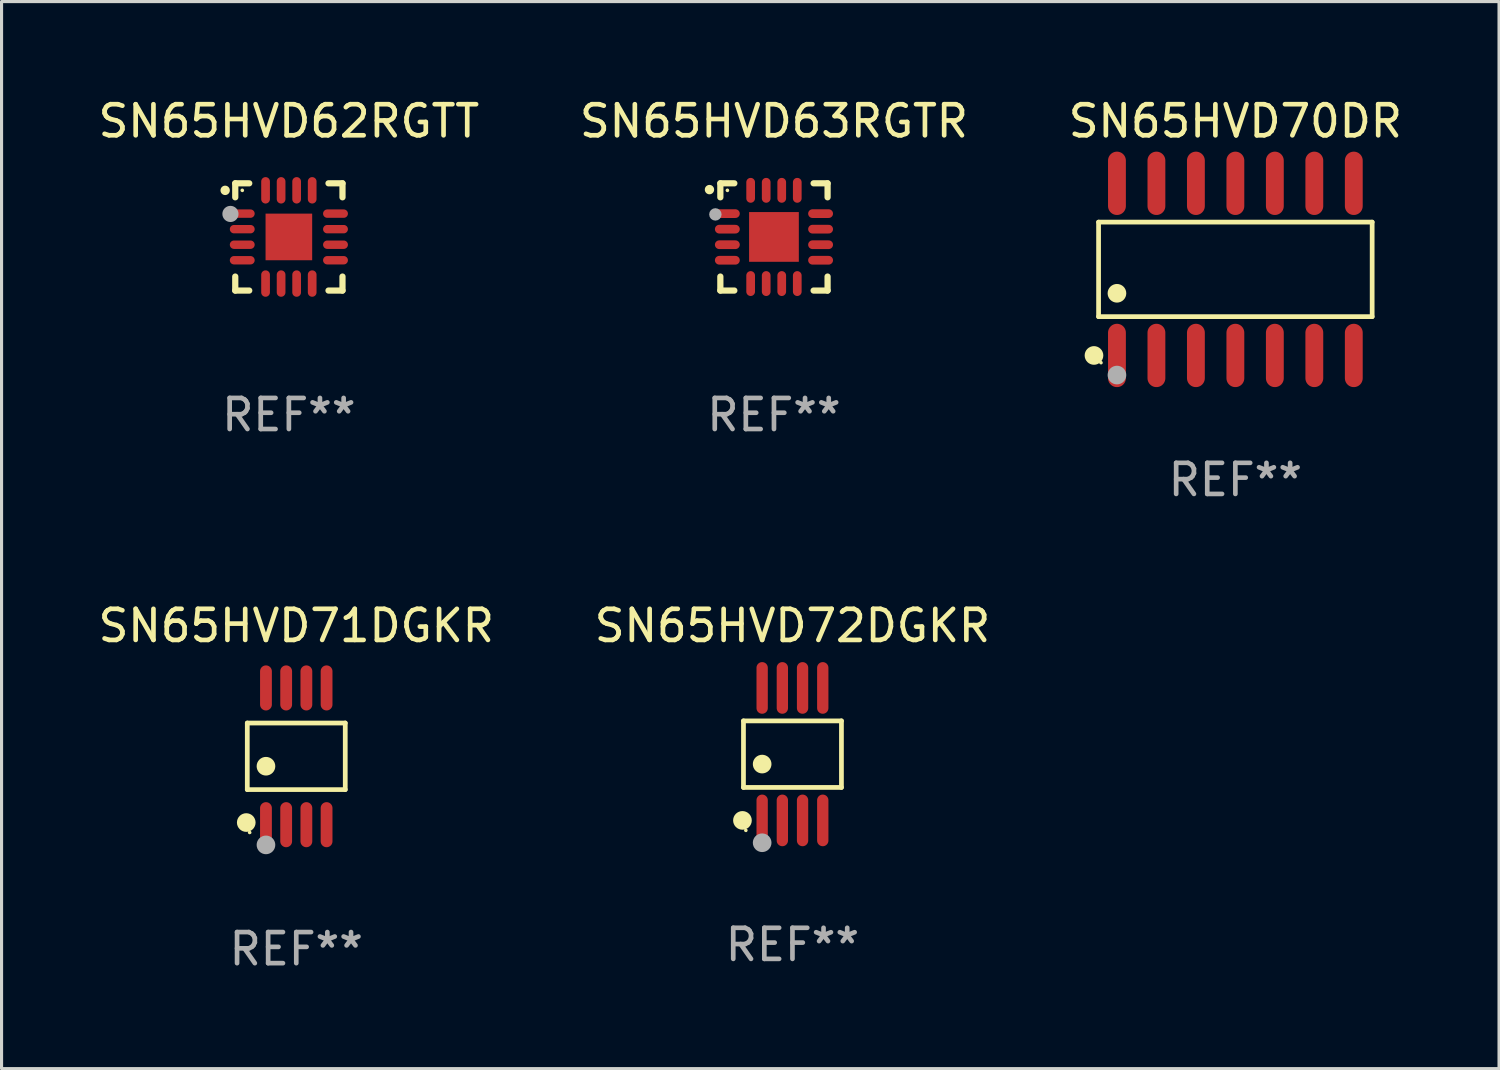
<source format=kicad_pcb>
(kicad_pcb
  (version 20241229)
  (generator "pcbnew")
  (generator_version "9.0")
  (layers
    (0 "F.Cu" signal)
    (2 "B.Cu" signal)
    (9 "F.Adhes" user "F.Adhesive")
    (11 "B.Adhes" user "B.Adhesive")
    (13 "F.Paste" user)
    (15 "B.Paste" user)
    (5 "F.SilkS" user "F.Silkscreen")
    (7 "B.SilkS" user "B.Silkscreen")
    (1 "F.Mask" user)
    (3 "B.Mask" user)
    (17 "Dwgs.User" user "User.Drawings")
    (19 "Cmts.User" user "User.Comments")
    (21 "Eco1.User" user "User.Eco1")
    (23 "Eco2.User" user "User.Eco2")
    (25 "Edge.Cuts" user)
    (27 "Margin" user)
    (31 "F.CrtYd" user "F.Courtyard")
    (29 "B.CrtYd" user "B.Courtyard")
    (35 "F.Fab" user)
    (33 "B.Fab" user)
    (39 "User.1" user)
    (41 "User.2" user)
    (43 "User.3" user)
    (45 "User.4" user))
  (footprint "SN65HVD63RGTR"
    (layer "F.Cu")
    (at 21.851 4.573)
    (property "Reference" "SN65HVD63RGTR" (at 0 -3.725 0) (layer "F.SilkS") (effects (font (size 1 1) (thickness 0.15))))
    (attr through_hole)
    (fp_line (start -1.725 -1.725) (end -1.275 -1.725) (stroke (width 0.2) (type solid)) (layer "F.SilkS"))
    (fp_line (start -1.725 -1.275) (end -1.725 -1.725) (stroke (width 0.2) (type solid)) (layer "F.SilkS"))
    (fp_line (start -1.725 1.725) (end -1.725 1.275) (stroke (width 0.2) (type solid)) (layer "F.SilkS"))
    (fp_line (start -1.275 1.725) (end -1.725 1.725) (stroke (width 0.2) (type solid)) (layer "F.SilkS"))
    (fp_line (start 1.275 -1.725) (end 1.725 -1.725) (stroke (width 0.2) (type solid)) (layer "F.SilkS"))
    (fp_line (start 1.275 1.725) (end 1.725 1.725) (stroke (width 0.2) (type solid)) (layer "F.SilkS"))
    (fp_line (start 1.725 -1.725) (end 1.725 -1.275) (stroke (width 0.2) (type solid)) (layer "F.SilkS"))
    (fp_line (start 1.725 1.725) (end 1.725 1.275) (stroke (width 0.2) (type solid)) (layer "F.SilkS"))
    (fp_arc (start -2.075184 -1.521463) (mid -2.075189 -1.522733) (end -2.075184 -1.524003) (stroke (width 0.3) (type solid)) (layer "F.SilkS"))
    (fp_circle (center -1.499 -1.5) (end -1.469 -1.5) (stroke (width 0.06) (type solid)) (fill no) (layer "F.SilkS"))
    (fp_circle (center -1.885 -0.725) (end -1.785 -0.725) (stroke (width 0.2) (type solid)) (fill no) (layer "F.Fab"))
    (fp_text user "REF**" (at 0 5.725 0) (layer "F.Fab") (effects (font (size 1 1) (thickness 0.15))))
    (pad "1" smd oval (at -1.5 -0.75 90) (size 0.28 0.8) (layers "F.Cu" "F.Mask" "F.Paste"))
    (pad "2" smd oval (at -1.5 -0.25 90) (size 0.28 0.8) (layers "F.Cu" "F.Mask" "F.Paste"))
    (pad "3" smd oval (at -1.5 0.25 90) (size 0.28 0.8) (layers "F.Cu" "F.Mask" "F.Paste"))
    (pad "4" smd oval (at -1.5 0.75 90) (size 0.28 0.8) (layers "F.Cu" "F.Mask" "F.Paste"))
    (pad "5" smd oval (at -0.75 1.5) (size 0.28 0.8) (layers "F.Cu" "F.Mask" "F.Paste"))
    (pad "6" smd oval (at -0.25 1.5) (size 0.28 0.8) (layers "F.Cu" "F.Mask" "F.Paste"))
    (pad "7" smd oval (at 0.25 1.5) (size 0.28 0.8) (layers "F.Cu" "F.Mask" "F.Paste"))
    (pad "8" smd oval (at 0.75 1.5) (size 0.28 0.8) (layers "F.Cu" "F.Mask" "F.Paste"))
    (pad "9" smd oval (at 1.5 0.75 90) (size 0.28 0.8) (layers "F.Cu" "F.Mask" "F.Paste"))
    (pad "10" smd oval (at 1.5 0.25 90) (size 0.28 0.8) (layers "F.Cu" "F.Mask" "F.Paste"))
    (pad "11" smd oval (at 1.5 -0.25 90) (size 0.28 0.8) (layers "F.Cu" "F.Mask" "F.Paste"))
    (pad "12" smd oval (at 1.5 -0.75 90) (size 0.28 0.8) (layers "F.Cu" "F.Mask" "F.Paste"))
    (pad "13" smd oval (at 0.75 -1.5) (size 0.28 0.8) (layers "F.Cu" "F.Mask" "F.Paste"))
    (pad "14" smd oval (at 0.25 -1.5) (size 0.28 0.8) (layers "F.Cu" "F.Mask" "F.Paste"))
    (pad "15" smd oval (at -0.25 -1.5) (size 0.28 0.8) (layers "F.Cu" "F.Mask" "F.Paste"))
    (pad "16" smd oval (at -0.75 -1.5) (size 0.28 0.8) (layers "F.Cu" "F.Mask" "F.Paste"))
    (pad "17" smd rect (at 0 -0.000051) (size 1.6 1.6) (layers "F.Cu" "F.Mask" "F.Paste")))
  (footprint "SN65HVD70DR"
    (layer "F.Cu")
    (at 36.696 5.617)
    (property "Reference" "SN65HVD70DR" (at 0 -4.769 0) (layer "F.SilkS") (effects (font (size 1 1) (thickness 0.15))))
    (attr through_hole)
    (fp_line (start -4.401 -1.521) (end 4.401 -1.521) (stroke (width 0.152) (type solid)) (layer "F.SilkS"))
    (fp_line (start -4.401 1.521) (end -4.401 -1.521) (stroke (width 0.152) (type solid)) (layer "F.SilkS"))
    (fp_line (start 4.401 -1.521) (end 4.401 1.521) (stroke (width 0.152) (type solid)) (layer "F.SilkS"))
    (fp_line (start 4.401 1.521) (end -4.401 1.521) (stroke (width 0.152) (type solid)) (layer "F.SilkS"))
    (fp_circle (center -4.549 2.769) (end -4.399 2.769) (stroke (width 0.3) (type solid)) (fill no) (layer "F.SilkS"))
    (fp_circle (center -4.325 3) (end -4.295 3) (stroke (width 0.06) (type solid)) (fill no) (layer "F.SilkS"))
    (fp_circle (center -3.81 0.769) (end -3.66 0.769) (stroke (width 0.3) (type solid)) (fill no) (layer "F.SilkS"))
    (fp_circle (center -3.81 3.4) (end -3.66 3.4) (stroke (width 0.3) (type solid)) (fill no) (layer "F.Fab"))
    (fp_text user "REF**" (at 0 6.769 0) (layer "F.Fab") (effects (font (size 1 1) (thickness 0.15))))
    (pad "1" smd oval (at -3.81 2.769) (size 0.574 2.038) (layers "F.Cu" "F.Mask" "F.Paste"))
    (pad "2" smd oval (at -2.54 2.769) (size 0.574 2.038) (layers "F.Cu" "F.Mask" "F.Paste"))
    (pad "3" smd oval (at -1.27 2.769) (size 0.574 2.038) (layers "F.Cu" "F.Mask" "F.Paste"))
    (pad "4" smd oval (at 0 2.769) (size 0.574 2.038) (layers "F.Cu" "F.Mask" "F.Paste"))
    (pad "5" smd oval (at 1.27 2.769) (size 0.574 2.038) (layers "F.Cu" "F.Mask" "F.Paste"))
    (pad "6" smd oval (at 2.54 2.769) (size 0.574 2.038) (layers "F.Cu" "F.Mask" "F.Paste"))
    (pad "7" smd oval (at 3.81 2.769) (size 0.574 2.038) (layers "F.Cu" "F.Mask" "F.Paste"))
    (pad "8" smd oval (at 3.81 -2.769) (size 0.574 2.038) (layers "F.Cu" "F.Mask" "F.Paste"))
    (pad "9" smd oval (at 2.54 -2.769) (size 0.574 2.038) (layers "F.Cu" "F.Mask" "F.Paste"))
    (pad "10" smd oval (at 1.27 -2.769) (size 0.574 2.038) (layers "F.Cu" "F.Mask" "F.Paste"))
    (pad "11" smd oval (at 0 -2.769) (size 0.574 2.038) (layers "F.Cu" "F.Mask" "F.Paste"))
    (pad "12" smd oval (at -1.27 -2.769) (size 0.574 2.038) (layers "F.Cu" "F.Mask" "F.Paste"))
    (pad "13" smd oval (at -2.54 -2.769) (size 0.574 2.038) (layers "F.Cu" "F.Mask" "F.Paste"))
    (pad "14" smd oval (at -3.81 -2.769) (size 0.574 2.038) (layers "F.Cu" "F.Mask" "F.Paste")))
  (footprint "SN65HVD72DGKR"
    (layer "F.Cu")
    (at 22.446 21.214)
    (property "Reference" "SN65HVD72DGKR" (at 0 -4.131 0) (layer "F.SilkS") (effects (font (size 1 1) (thickness 0.15))))
    (attr through_hole)
    (fp_line (start -1.576 -1.071) (end 1.576 -1.071) (stroke (width 0.152) (type solid)) (layer "F.SilkS"))
    (fp_line (start -1.576 1.071) (end -1.576 -1.071) (stroke (width 0.152) (type solid)) (layer "F.SilkS"))
    (fp_line (start 1.576 -1.071) (end 1.576 1.071) (stroke (width 0.152) (type solid)) (layer "F.SilkS"))
    (fp_line (start 1.576 1.071) (end -1.576 1.071) (stroke (width 0.152) (type solid)) (layer "F.SilkS"))
    (fp_circle (center -1.609 2.131) (end -1.459 2.131) (stroke (width 0.3) (type solid)) (fill no) (layer "F.SilkS"))
    (fp_circle (center -1.5 2.45) (end -1.47 2.45) (stroke (width 0.06) (type solid)) (fill no) (layer "F.SilkS"))
    (fp_circle (center -0.975 0.319) (end -0.825 0.319) (stroke (width 0.3) (type solid)) (fill no) (layer "F.SilkS"))
    (fp_circle (center -0.975 2.85) (end -0.825 2.85) (stroke (width 0.3) (type solid)) (fill no) (layer "F.Fab"))
    (fp_text user "REF**" (at 0 6.131 0) (layer "F.Fab") (effects (font (size 1 1) (thickness 0.15))))
    (pad "1" smd oval (at -0.975 2.131) (size 0.364 1.662) (layers "F.Cu" "F.Mask" "F.Paste"))
    (pad "2" smd oval (at -0.325 2.131) (size 0.364 1.662) (layers "F.Cu" "F.Mask" "F.Paste"))
    (pad "3" smd oval (at 0.325 2.131) (size 0.364 1.662) (layers "F.Cu" "F.Mask" "F.Paste"))
    (pad "4" smd oval (at 0.975 2.131) (size 0.364 1.662) (layers "F.Cu" "F.Mask" "F.Paste"))
    (pad "5" smd oval (at 0.975 -2.131) (size 0.364 1.662) (layers "F.Cu" "F.Mask" "F.Paste"))
    (pad "6" smd oval (at 0.325 -2.131) (size 0.364 1.662) (layers "F.Cu" "F.Mask" "F.Paste"))
    (pad "7" smd oval (at -0.325 -2.131) (size 0.364 1.662) (layers "F.Cu" "F.Mask" "F.Paste"))
    (pad "8" smd oval (at -0.975 -2.131) (size 0.364 1.662) (layers "F.Cu" "F.Mask" "F.Paste")))
  (footprint "SN65HVD71DGKR"
    (layer "F.Cu")
    (at 6.482 21.283)
    (property "Reference" "SN65HVD71DGKR" (at 0 -4.2 0) (layer "F.SilkS") (effects (font (size 1 1) (thickness 0.15))))
    (attr through_hole)
    (fp_line (start -1.576 -1.071) (end 1.576 -1.071) (stroke (width 0.152) (type solid)) (layer "F.SilkS"))
    (fp_line (start -1.576 1.071) (end -1.576 -1.071) (stroke (width 0.152) (type solid)) (layer "F.SilkS"))
    (fp_line (start 1.576 -1.071) (end 1.576 1.071) (stroke (width 0.152) (type solid)) (layer "F.SilkS"))
    (fp_line (start 1.576 1.071) (end -1.576 1.071) (stroke (width 0.152) (type solid)) (layer "F.SilkS"))
    (fp_circle (center -1.609 2.131) (end -1.459 2.131) (stroke (width 0.3) (type solid)) (fill no) (layer "F.SilkS"))
    (fp_circle (center -1.5 2.45) (end -1.47 2.45) (stroke (width 0.06) (type solid)) (fill no) (layer "F.SilkS"))
    (fp_circle (center -0.975 0.319) (end -0.825 0.319) (stroke (width 0.3) (type solid)) (fill no) (layer "F.SilkS"))
    (fp_circle (center -0.975 2.85) (end -0.825 2.85) (stroke (width 0.3) (type solid)) (fill no) (layer "F.Fab"))
    (fp_text user "REF**" (at 0 6.2 0) (layer "F.Fab") (effects (font (size 1 1) (thickness 0.15))))
    (pad "1" smd oval (at -0.975 2.2) (size 0.38 1.45) (layers "F.Cu" "F.Mask" "F.Paste"))
    (pad "2" smd oval (at -0.325 2.2) (size 0.38 1.45) (layers "F.Cu" "F.Mask" "F.Paste"))
    (pad "3" smd oval (at 0.325 2.2) (size 0.38 1.45) (layers "F.Cu" "F.Mask" "F.Paste"))
    (pad "4" smd oval (at 0.975 2.2) (size 0.38 1.45) (layers "F.Cu" "F.Mask" "F.Paste"))
    (pad "5" smd oval (at 0.975 -2.2) (size 0.38 1.45) (layers "F.Cu" "F.Mask" "F.Paste"))
    (pad "6" smd oval (at 0.325 -2.2) (size 0.38 1.45) (layers "F.Cu" "F.Mask" "F.Paste"))
    (pad "7" smd oval (at -0.325 -2.2) (size 0.38 1.45) (layers "F.Cu" "F.Mask" "F.Paste"))
    (pad "8" smd oval (at -0.975 -2.2) (size 0.38 1.45) (layers "F.Cu" "F.Mask" "F.Paste")))
  (footprint "SN65HVD62RGTT"
    (layer "F.Cu")
    (at 6.244 4.573)
    (property "Reference" "SN65HVD62RGTT" (at 0 -3.725 0) (layer "F.SilkS") (effects (font (size 1 1) (thickness 0.15))))
    (attr through_hole)
    (fp_line (start -1.725 -1.725) (end -1.275 -1.725) (stroke (width 0.2) (type solid)) (layer "F.SilkS"))
    (fp_line (start -1.725 -1.275) (end -1.725 -1.725) (stroke (width 0.2) (type solid)) (layer "F.SilkS"))
    (fp_line (start -1.725 1.725) (end -1.725 1.275) (stroke (width 0.2) (type solid)) (layer "F.SilkS"))
    (fp_line (start -1.275 1.725) (end -1.725 1.725) (stroke (width 0.2) (type solid)) (layer "F.SilkS"))
    (fp_line (start 1.275 -1.725) (end 1.725 -1.725) (stroke (width 0.2) (type solid)) (layer "F.SilkS"))
    (fp_line (start 1.275 1.725) (end 1.725 1.725) (stroke (width 0.2) (type solid)) (layer "F.SilkS"))
    (fp_line (start 1.725 -1.725) (end 1.725 -1.275) (stroke (width 0.2) (type solid)) (layer "F.SilkS"))
    (fp_line (start 1.725 1.725) (end 1.725 1.275) (stroke (width 0.2) (type solid)) (layer "F.SilkS"))
    (fp_arc (start -2.050038 -1.497511) (mid -2.050043 -1.498781) (end -2.050038 -1.500051) (stroke (width 0.3) (type solid)) (layer "F.SilkS"))
    (fp_circle (center -1.5 -1.5) (end -1.47 -1.5) (stroke (width 0.06) (type solid)) (fill no) (layer "F.SilkS"))
    (fp_circle (center -1.88 -0.74) (end -1.75 -0.74) (stroke (width 0.26) (type solid)) (fill no) (layer "F.Fab"))
    (fp_text user "REF**" (at 0 5.725 0) (layer "F.Fab") (effects (font (size 1 1) (thickness 0.15))))
    (pad "1" smd oval (at -1.5 -0.75) (size 0.8 0.27) (layers "F.Cu" "F.Mask" "F.Paste"))
    (pad "2" smd oval (at -1.5 -0.25) (size 0.8 0.27) (layers "F.Cu" "F.Mask" "F.Paste"))
    (pad "3" smd oval (at -1.5 0.25) (size 0.8 0.27) (layers "F.Cu" "F.Mask" "F.Paste"))
    (pad "4" smd oval (at -1.5 0.75) (size 0.8 0.27) (layers "F.Cu" "F.Mask" "F.Paste"))
    (pad "5" smd oval (at -0.75 1.5) (size 0.28 0.85) (layers "F.Cu" "F.Mask" "F.Paste"))
    (pad "6" smd oval (at -0.25 1.5) (size 0.28 0.85) (layers "F.Cu" "F.Mask" "F.Paste"))
    (pad "7" smd oval (at 0.25 1.5) (size 0.28 0.85) (layers "F.Cu" "F.Mask" "F.Paste"))
    (pad "8" smd oval (at 0.75 1.5) (size 0.28 0.85) (layers "F.Cu" "F.Mask" "F.Paste"))
    (pad "9" smd oval (at 1.5 0.75) (size 0.8 0.27) (layers "F.Cu" "F.Mask" "F.Paste"))
    (pad "10" smd oval (at 1.5 0.25) (size 0.8 0.27) (layers "F.Cu" "F.Mask" "F.Paste"))
    (pad "11" smd oval (at 1.5 -0.25) (size 0.8 0.27) (layers "F.Cu" "F.Mask" "F.Paste"))
    (pad "12" smd oval (at 1.5 -0.75) (size 0.8 0.27) (layers "F.Cu" "F.Mask" "F.Paste"))
    (pad "13" smd oval (at 0.75 -1.5) (size 0.28 0.85) (layers "F.Cu" "F.Mask" "F.Paste"))
    (pad "14" smd oval (at 0.25 -1.5) (size 0.28 0.85) (layers "F.Cu" "F.Mask" "F.Paste"))
    (pad "15" smd oval (at -0.25 -1.5) (size 0.28 0.85) (layers "F.Cu" "F.Mask" "F.Paste"))
    (pad "16" smd oval (at -0.75 -1.5) (size 0.28 0.85) (layers "F.Cu" "F.Mask" "F.Paste"))
    (pad "17" smd rect (at -0.000051 -0.000051) (size 1.5 1.5) (layers "F.Cu" "F.Mask" "F.Paste")))
  (gr_rect
    (start -3 -3)
    (end 45.179 31.331)
    (stroke (width 0.1) (type default))
    (fill no)
    (layer "Edge.Cuts")))
</source>
